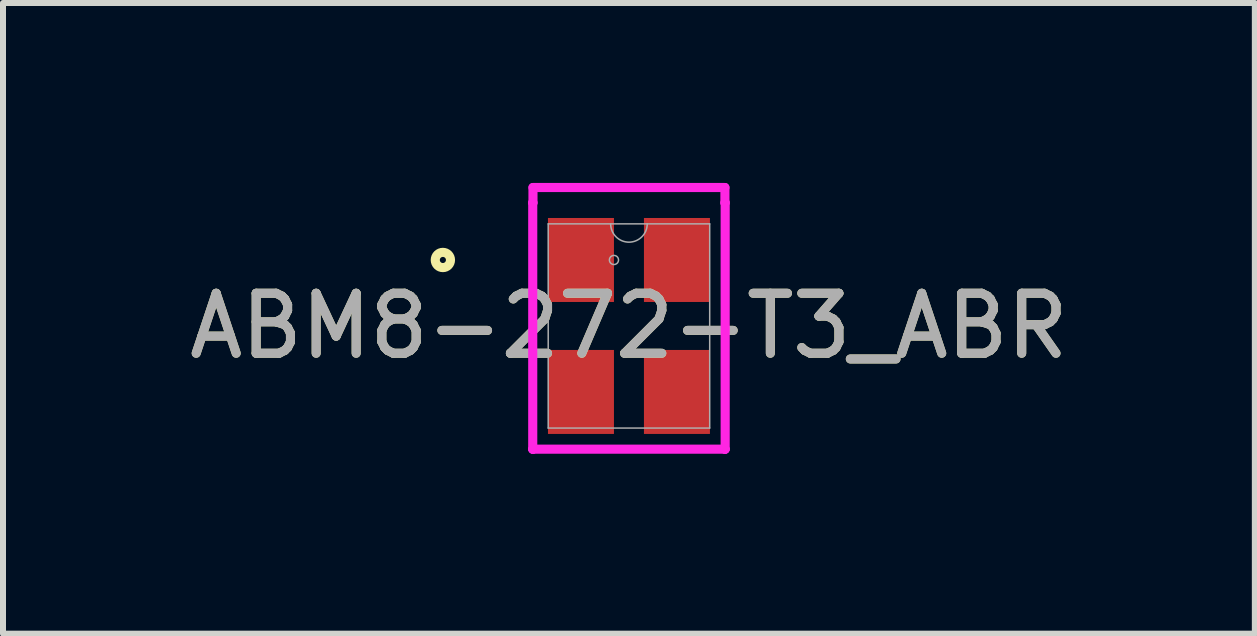
<source format=kicad_pcb>
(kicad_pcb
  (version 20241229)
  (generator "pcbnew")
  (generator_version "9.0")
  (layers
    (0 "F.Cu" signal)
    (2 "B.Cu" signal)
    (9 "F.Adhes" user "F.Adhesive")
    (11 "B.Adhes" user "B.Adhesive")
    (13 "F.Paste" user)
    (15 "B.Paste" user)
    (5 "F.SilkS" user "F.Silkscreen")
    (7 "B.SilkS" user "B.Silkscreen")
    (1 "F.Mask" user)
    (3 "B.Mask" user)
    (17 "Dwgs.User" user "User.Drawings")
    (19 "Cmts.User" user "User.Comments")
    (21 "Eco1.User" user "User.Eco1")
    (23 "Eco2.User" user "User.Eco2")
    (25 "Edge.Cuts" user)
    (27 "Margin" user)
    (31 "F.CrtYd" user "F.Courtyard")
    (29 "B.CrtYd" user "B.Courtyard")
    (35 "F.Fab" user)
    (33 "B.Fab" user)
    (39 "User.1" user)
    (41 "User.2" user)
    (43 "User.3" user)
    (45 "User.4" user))
  (footprint "ABM8-272-T3_ABR"
    (layer "F.Cu")
    (at 7.435 2.384)
    (property "Reference" "ABM8-272-T3_ABR" (at 0 0 0) (unlocked yes) (layer "F.SilkS") (effects (font (size 1 1) (thickness 0.15))))
    (attr smd)
    (fp_circle (center -3.102 -1.1) (end -2.975 -1.1) (stroke (width 0.152) (type solid)) (fill no) (layer "F.SilkS"))
    (fp_line (start -1.604 -2.054) (end -1.6 -2.054) (stroke (width 0.152) (type solid)) (layer "F.CrtYd"))
    (fp_line (start -1.604 2.054) (end -1.604 -2.054) (stroke (width 0.152) (type solid)) (layer "F.CrtYd"))
    (fp_line (start -1.604 2.054) (end -1.6 2.054) (stroke (width 0.152) (type solid)) (layer "F.CrtYd"))
    (fp_line (start -1.6 -2.308) (end 1.6 -2.308) (stroke (width 0.152) (type solid)) (layer "F.CrtYd"))
    (fp_line (start -1.6 -2.054) (end -1.6 -2.308) (stroke (width 0.152) (type solid)) (layer "F.CrtYd"))
    (fp_line (start -1.6 2.054) (end -1.6 2.054) (stroke (width 0.152) (type solid)) (layer "F.CrtYd"))
    (fp_line (start 1.6 -2.308) (end 1.6 -2.054) (stroke (width 0.152) (type solid)) (layer "F.CrtYd"))
    (fp_line (start 1.6 2.054) (end -1.6 2.054) (stroke (width 0.152) (type solid)) (layer "F.CrtYd"))
    (fp_line (start 1.6 2.054) (end 1.6 2.054) (stroke (width 0.152) (type solid)) (layer "F.CrtYd"))
    (fp_line (start 1.604 -2.054) (end 1.6 -2.054) (stroke (width 0.152) (type solid)) (layer "F.CrtYd"))
    (fp_line (start 1.604 -2.054) (end 1.604 2.054) (stroke (width 0.152) (type solid)) (layer "F.CrtYd"))
    (fp_line (start 1.604 2.054) (end 1.6 2.054) (stroke (width 0.152) (type solid)) (layer "F.CrtYd"))
    (fp_line (start -1.346 -1.702) (end -1.346 1.702) (stroke (width 0.025) (type solid)) (layer "F.Fab"))
    (fp_line (start -1.346 1.702) (end 1.346 1.702) (stroke (width 0.025) (type solid)) (layer "F.Fab"))
    (fp_line (start 1.346 -1.702) (end -1.346 -1.702) (stroke (width 0.025) (type solid)) (layer "F.Fab"))
    (fp_line (start 1.346 1.702) (end 1.346 -1.702) (stroke (width 0.025) (type solid)) (layer "F.Fab"))
    (fp_arc (start 0.3048 -1.7018) (mid 0 -1.397) (end -0.3048 -1.7018) (stroke (width 0.0254) (type solid)) (layer "F.Fab"))
    (fp_circle (center -0.25 -1.1) (end -0.174 -1.1) (stroke (width 0.025) (type solid)) (fill no) (layer "F.Fab"))
    (fp_text user "${REFERENCE}" (at 0 0 0) (unlocked yes) (layer "F.Fab") (effects (font (size 1 1) (thickness 0.15))))
    (pad "1" smd rect (at -0.8 -1.1) (size 1.1 1.4) (layers "F.Cu" "F.Mask" "F.Paste"))
    (pad "2" smd rect (at -0.8 1.1) (size 1.1 1.4) (layers "F.Cu" "F.Mask" "F.Paste"))
    (pad "3" smd rect (at 0.8 1.1) (size 1.1 1.4) (layers "F.Cu" "F.Mask" "F.Paste"))
    (pad "4" smd rect (at 0.8 -1.1) (size 1.1 1.4) (layers "F.Cu" "F.Mask" "F.Paste")))
  (gr_rect
    (start -3 -3)
    (end 17.869 7.514)
    (stroke (width 0.1) (type default))
    (fill no)
    (layer "Edge.Cuts")))
</source>
